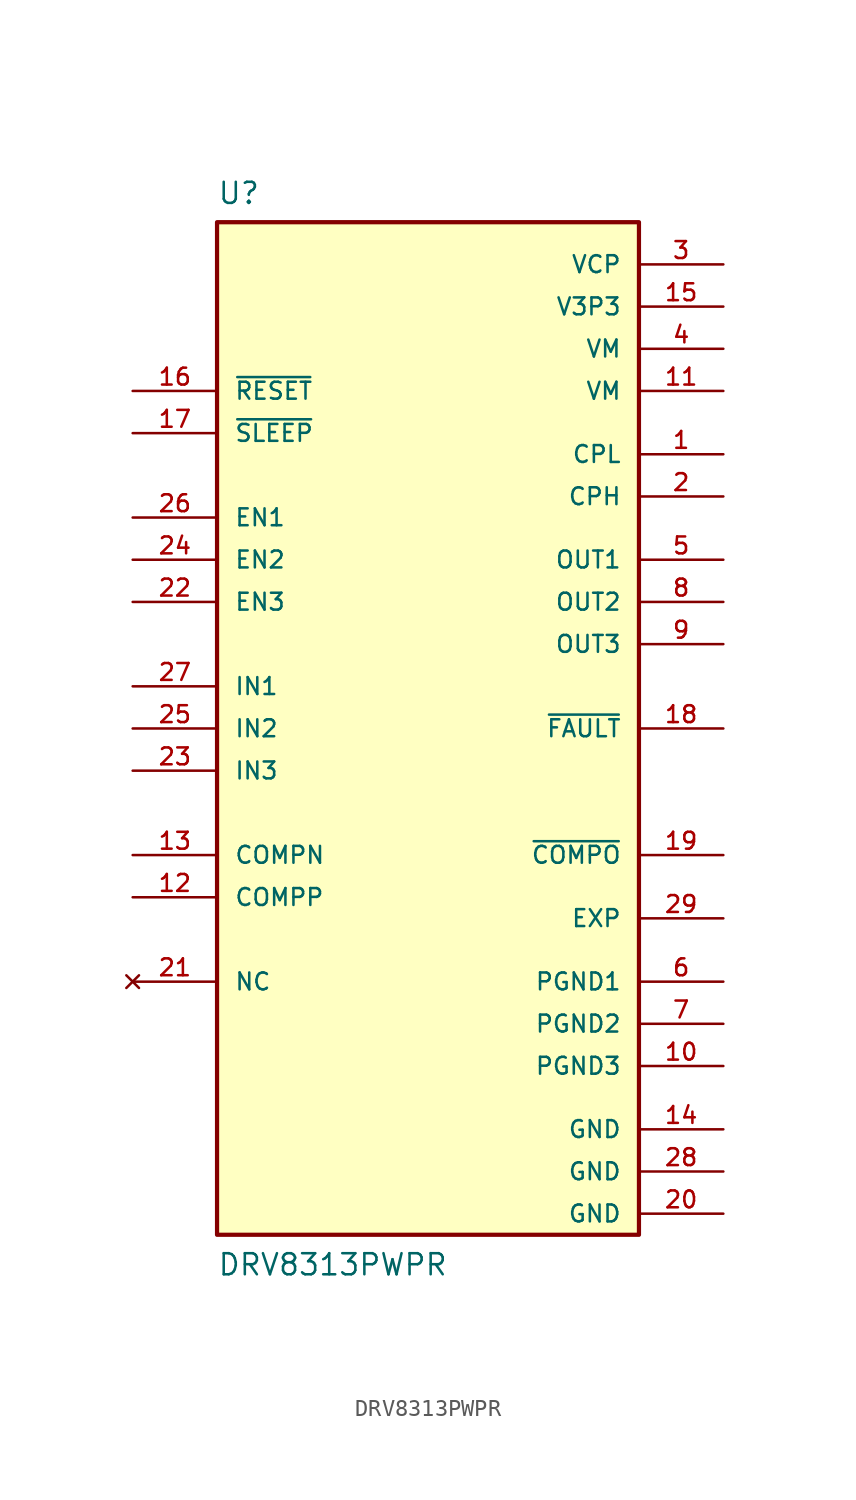
<source format=kicad_sym>
(kicad_symbol_lib
  (version 20220914)
  (generator kicad_symbol_editor)
  (symbol "DRV8313PWPR"
    (pin_names
      (offset 1.016))
    (property "Reference" "U"
      (at -12.7 31.48 0)
      (effects (font (size 1.27 1.27)) (justify left bottom)))
    (property "Value" "DRV8313PWPR"
      (at -12.7 -33.02 0)
      (effects (font (size 1.27 1.27)) (justify left bottom)))
    (symbol "DRV8313PWPR_0_0"
      (rectangle (start -12.7 30.48) (end 12.7 -30.48) (stroke (width 0.254) (type default)) (fill (type background)))
      (pin power_in line (at 17.78 16.51 180) (length 5.08) (name "CPL" (effects (font (size 1.016 1.016)))) (number "1" (effects (font (size 1.016 1.016)))))
      (pin power_in line (at 17.78 -20.32 180) (length 5.08) (name "PGND3" (effects (font (size 1.016 1.016)))) (number "10" (effects (font (size 1.016 1.016)))))
      (pin power_in line (at 17.78 20.32 180) (length 5.08) (name "VM" (effects (font (size 1.016 1.016)))) (number "11" (effects (font (size 1.016 1.016)))))
      (pin input line (at -17.78 -10.16 0) (length 5.08) (name "COMPP" (effects (font (size 1.016 1.016)))) (number "12" (effects (font (size 1.016 1.016)))))
      (pin input line (at -17.78 -7.62 0) (length 5.08) (name "COMPN" (effects (font (size 1.016 1.016)))) (number "13" (effects (font (size 1.016 1.016)))))
      (pin power_in line (at 17.78 -24.13 180) (length 5.08) (name "GND" (effects (font (size 1.016 1.016)))) (number "14" (effects (font (size 1.016 1.016)))))
      (pin power_in line (at 17.78 25.4 180) (length 5.08) (name "V3P3" (effects (font (size 1.016 1.016)))) (number "15" (effects (font (size 1.016 1.016)))))
      (pin input line (at -17.78 20.32 0) (length 5.08) (name "~{RESET}" (effects (font (size 1.016 1.016)))) (number "16" (effects (font (size 1.016 1.016)))))
      (pin input line (at -17.78 17.78 0) (length 5.08) (name "~{SLEEP}" (effects (font (size 1.016 1.016)))) (number "17" (effects (font (size 1.016 1.016)))))
      (pin output line (at 17.78 0 180) (length 5.08) (name "~{FAULT}" (effects (font (size 1.016 1.016)))) (number "18" (effects (font (size 1.016 1.016)))))
      (pin output line (at 17.78 -7.62 180) (length 5.08) (name "~{COMPO}" (effects (font (size 1.016 1.016)))) (number "19" (effects (font (size 1.016 1.016)))))
      (pin power_in line (at 17.78 13.97 180) (length 5.08) (name "CPH" (effects (font (size 1.016 1.016)))) (number "2" (effects (font (size 1.016 1.016)))))
      (pin power_in line (at 17.78 -29.21 180) (length 5.08) (name "GND" (effects (font (size 1.016 1.016)))) (number "20" (effects (font (size 1.016 1.016)))))
      (pin no_connect line (at -17.78 -15.24 0) (length 5.08) (name "NC" (effects (font (size 1.016 1.016)))) (number "21" (effects (font (size 1.016 1.016)))))
      (pin input line (at -17.78 7.62 0) (length 5.08) (name "EN3" (effects (font (size 1.016 1.016)))) (number "22" (effects (font (size 1.016 1.016)))))
      (pin input line (at -17.78 -2.54 0) (length 5.08) (name "IN3" (effects (font (size 1.016 1.016)))) (number "23" (effects (font (size 1.016 1.016)))))
      (pin input line (at -17.78 10.16 0) (length 5.08) (name "EN2" (effects (font (size 1.016 1.016)))) (number "24" (effects (font (size 1.016 1.016)))))
      (pin input line (at -17.78 0 0) (length 5.08) (name "IN2" (effects (font (size 1.016 1.016)))) (number "25" (effects (font (size 1.016 1.016)))))
      (pin input line (at -17.78 12.7 0) (length 5.08) (name "EN1" (effects (font (size 1.016 1.016)))) (number "26" (effects (font (size 1.016 1.016)))))
      (pin input line (at -17.78 2.54 0) (length 5.08) (name "IN1" (effects (font (size 1.016 1.016)))) (number "27" (effects (font (size 1.016 1.016)))))
      (pin power_in line (at 17.78 -26.67 180) (length 5.08) (name "GND" (effects (font (size 1.016 1.016)))) (number "28" (effects (font (size 1.016 1.016)))))
      (pin power_in line (at 17.78 -11.43 180) (length 5.08) (name "EXP" (effects (font (size 1.016 1.016)))) (number "29" (effects (font (size 1.016 1.016)))))
      (pin power_in line (at 17.78 27.94 180) (length 5.08) (name "VCP" (effects (font (size 1.016 1.016)))) (number "3" (effects (font (size 1.016 1.016)))))
      (pin power_in line (at 17.78 22.86 180) (length 5.08) (name "VM" (effects (font (size 1.016 1.016)))) (number "4" (effects (font (size 1.016 1.016)))))
      (pin output line (at 17.78 10.16 180) (length 5.08) (name "OUT1" (effects (font (size 1.016 1.016)))) (number "5" (effects (font (size 1.016 1.016)))))
      (pin power_in line (at 17.78 -15.24 180) (length 5.08) (name "PGND1" (effects (font (size 1.016 1.016)))) (number "6" (effects (font (size 1.016 1.016)))))
      (pin power_in line (at 17.78 -17.78 180) (length 5.08) (name "PGND2" (effects (font (size 1.016 1.016)))) (number "7" (effects (font (size 1.016 1.016)))))
      (pin output line (at 17.78 7.62 180) (length 5.08) (name "OUT2" (effects (font (size 1.016 1.016)))) (number "8" (effects (font (size 1.016 1.016)))))
      (pin output line (at 17.78 5.08 180) (length 5.08) (name "OUT3" (effects (font (size 1.016 1.016)))) (number "9" (effects (font (size 1.016 1.016))))))))
</source>
